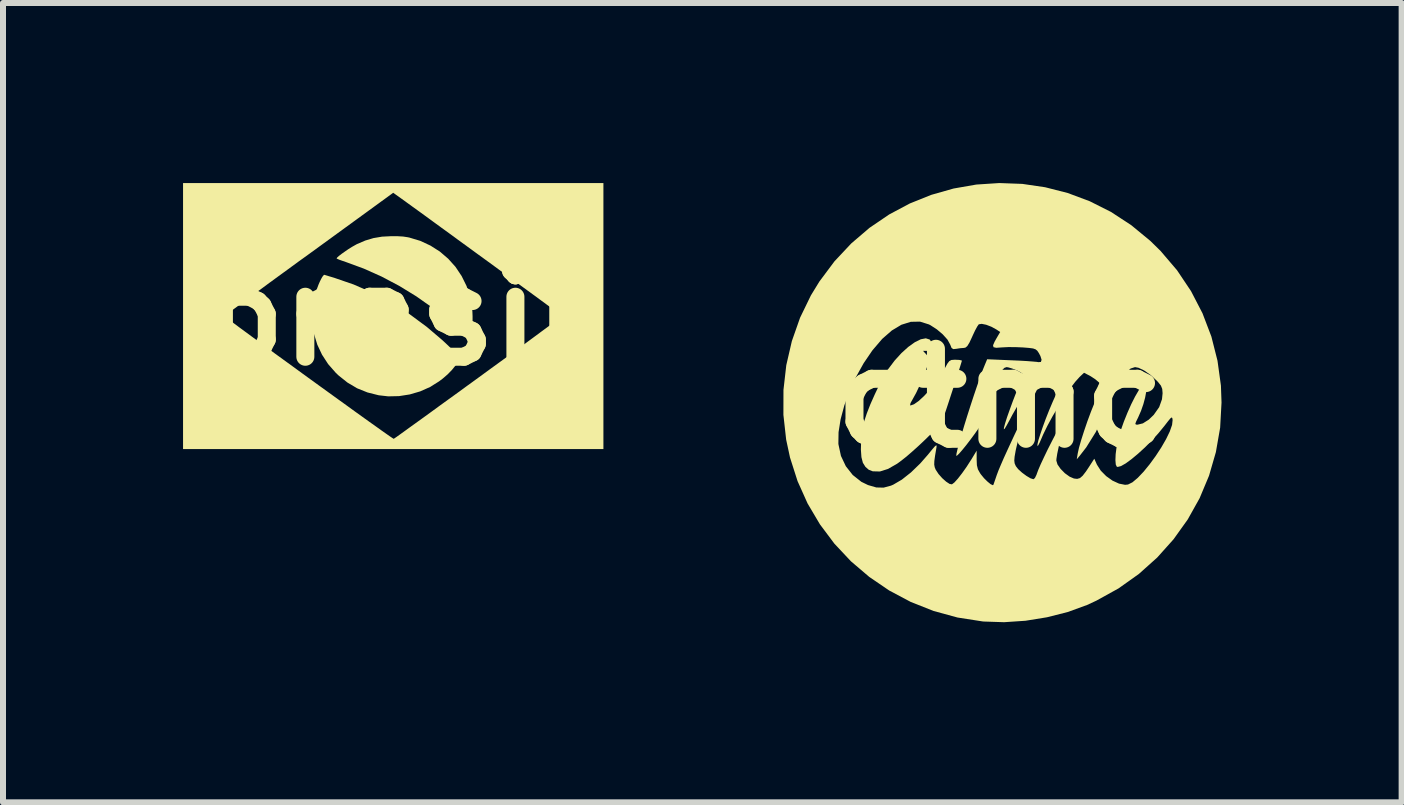
<source format=kicad_pcb>
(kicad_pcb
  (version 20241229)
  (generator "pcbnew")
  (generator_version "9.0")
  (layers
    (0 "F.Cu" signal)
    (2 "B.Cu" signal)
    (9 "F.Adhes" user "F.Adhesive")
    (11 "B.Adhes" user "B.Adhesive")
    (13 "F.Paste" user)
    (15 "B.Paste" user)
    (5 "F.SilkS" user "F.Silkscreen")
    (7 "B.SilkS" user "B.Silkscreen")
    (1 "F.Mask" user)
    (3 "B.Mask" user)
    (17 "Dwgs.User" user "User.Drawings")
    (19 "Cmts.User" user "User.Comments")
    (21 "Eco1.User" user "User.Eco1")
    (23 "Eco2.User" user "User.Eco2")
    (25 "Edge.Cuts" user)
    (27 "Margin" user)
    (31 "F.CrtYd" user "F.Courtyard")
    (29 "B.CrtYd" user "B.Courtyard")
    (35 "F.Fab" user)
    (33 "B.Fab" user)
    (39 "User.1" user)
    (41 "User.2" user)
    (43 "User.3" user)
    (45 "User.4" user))
  (footprint "brasil"
    (layer "F.Cu")
    (at 3.502 2.216)
    (property "Reference" "brasil" (at 0 0 0) (layer "F.SilkS") (effects (font (size 1.5 1.5) (thickness 0.3))))
    (attr board_only exclude_from_pos_files exclude_from_bom)
    (fp_poly (pts (xy -0.985 -0.638) (xy -0.66 -0.526) (xy -0.342 -0.387) (xy -0.033 -0.224) (xy 0.267 -0.035) (xy 0.557 0.179) (xy 0.813 0.397) (xy 0.875 0.454) (xy 0.938 0.514) (xy 0.995 0.57) (xy 1.038 0.616) (xy 1.044 0.623) (xy 1.124 0.713) (xy 1.047 0.813) (xy 0.978 0.898) (xy 0.907 0.971) (xy 0.826 1.041) (xy 0.764 1.088) (xy 0.614 1.182) (xy 0.45 1.255) (xy 0.276 1.306) (xy 0.097 1.334) (xy -0.083 1.338) (xy -0.242 1.32) (xy -0.429 1.273) (xy -0.603 1.203) (xy -0.763 1.108) (xy -0.912 0.989) (xy -0.958 0.945) (xy -1.085 0.8) (xy -1.187 0.643) (xy -1.265 0.477) (xy -1.319 0.302) (xy -1.347 0.122) (xy -1.351 -0.062) (xy -1.328 -0.248) (xy -1.279 -0.432) (xy -1.244 -0.526) (xy -1.221 -0.578) (xy -1.198 -0.624) (xy -1.18 -0.655) (xy -1.177 -0.659) (xy -1.153 -0.688)) (stroke (width 0) (type solid)) (fill yes) (layer "F.SilkS"))
    (fp_poly (pts (xy 0.077 -1.33) (xy 0.163 -1.325) (xy 0.236 -1.314) (xy 0.267 -1.308) (xy 0.45 -1.253) (xy 0.62 -1.174) (xy 0.776 -1.075) (xy 0.916 -0.955) (xy 1.038 -0.819) (xy 1.14 -0.666) (xy 1.222 -0.5) (xy 1.28 -0.321) (xy 1.313 -0.145) (xy 1.319 -0.073) (xy 1.322 0.002) (xy 1.322 0.068) (xy 1.32 0.088) (xy 1.314 0.144) (xy 1.305 0.206) (xy 1.294 0.267) (xy 1.283 0.322) (xy 1.272 0.365) (xy 1.264 0.39) (xy 1.26 0.395) (xy 1.247 0.385) (xy 1.22 0.359) (xy 1.182 0.322) (xy 1.142 0.283) (xy 0.91 0.067) (xy 0.656 -0.137) (xy 0.385 -0.328) (xy 0.101 -0.502) (xy -0.192 -0.657) (xy -0.489 -0.79) (xy -0.783 -0.898) (xy -0.844 -0.919) (xy -0.895 -0.937) (xy -0.93 -0.952) (xy -0.944 -0.96) (xy -0.944 -0.96) (xy -0.933 -0.976) (xy -0.903 -1.003) (xy -0.859 -1.037) (xy -0.805 -1.075) (xy -0.747 -1.115) (xy -0.688 -1.152) (xy -0.633 -1.183) (xy -0.606 -1.198) (xy -0.466 -1.258) (xy -0.329 -1.299) (xy -0.186 -1.323) (xy -0.028 -1.331) (xy -0.027 -1.331)) (stroke (width 0) (type solid)) (fill yes) (layer "F.SilkS"))
    (fp_poly (pts (xy 3.502 0) (xy 3.502 2.216) (xy 0 2.216) (xy -3.502 2.216) (xy -3.502 0.001) (xy -2.811 0.001) (xy -2.8 0.011) (xy -2.769 0.036) (xy -2.718 0.074) (xy -2.65 0.125) (xy -2.567 0.187) (xy -2.469 0.259) (xy -2.359 0.34) (xy -2.237 0.429) (xy -2.107 0.525) (xy -1.969 0.626) (xy -1.824 0.731) (xy -1.675 0.839) (xy -1.523 0.95) (xy -1.37 1.061) (xy -1.218 1.171) (xy -1.067 1.28) (xy -0.919 1.387) (xy -0.777 1.489) (xy -0.642 1.587) (xy -0.515 1.678) (xy -0.398 1.762) (xy -0.292 1.837) (xy -0.2 1.903) (xy -0.123 1.957) (xy -0.062 2) (xy -0.019 2.029) (xy 0.005 2.044) (xy 0.008 2.046) (xy 0.021 2.037) (xy 0.055 2.014) (xy 0.108 1.976) (xy 0.179 1.925) (xy 0.267 1.861) (xy 0.37 1.787) (xy 0.488 1.702) (xy 0.618 1.608) (xy 0.759 1.505) (xy 0.911 1.395) (xy 1.072 1.279) (xy 1.239 1.157) (xy 1.413 1.031) (xy 1.421 1.025) (xy 1.595 0.898) (xy 1.763 0.776) (xy 1.923 0.66) (xy 2.074 0.549) (xy 2.215 0.446) (xy 2.344 0.351) (xy 2.46 0.265) (xy 2.562 0.19) (xy 2.649 0.125) (xy 2.719 0.073) (xy 2.771 0.034) (xy 2.803 0.009) (xy 2.815 -0.001) (xy 2.815 -0.001) (xy 2.804 -0.01) (xy 2.772 -0.034) (xy 2.721 -0.071) (xy 2.654 -0.121) (xy 2.57 -0.182) (xy 2.472 -0.254) (xy 2.362 -0.335) (xy 2.241 -0.423) (xy 2.111 -0.518) (xy 1.973 -0.619) (xy 1.829 -0.724) (xy 1.681 -0.833) (xy 1.53 -0.943) (xy 1.377 -1.054) (xy 1.225 -1.165) (xy 1.075 -1.274) (xy 0.929 -1.381) (xy 0.788 -1.483) (xy 0.654 -1.581) (xy 0.528 -1.673) (xy 0.412 -1.757) (xy 0.308 -1.832) (xy 0.217 -1.898) (xy 0.141 -1.953) (xy 0.081 -1.996) (xy 0.044 -2.022) (xy -0.000106 -2.054) (xy -1.405 -1.032) (xy -1.58 -0.906) (xy -1.748 -0.783) (xy -1.909 -0.666) (xy -2.061 -0.555) (xy -2.202 -0.451) (xy -2.333 -0.356) (xy -2.45 -0.269) (xy -2.553 -0.193) (xy -2.641 -0.128) (xy -2.712 -0.075) (xy -2.765 -0.035) (xy -2.798 -0.01) (xy -2.811 0.001) (xy -2.811 0.001) (xy -3.502 0.001) (xy -3.502 0) (xy -3.502 -2.216) (xy 0 -2.216) (xy 3.502 -2.216)) (stroke (width 0) (type solid)) (fill yes) (layer "F.SilkS")))
  (footprint "ctmc"
    (layer "F.Cu")
    (at 13.616 3.583)
    (property "Reference" "ctmc" (at 0 0 0) (layer "F.SilkS") (effects (font (size 1.5 1.5) (thickness 0.3))))
    (attr board_only exclude_from_pos_files exclude_from_bom)
    (fp_poly (pts (xy -1.177 -0.976) (xy -1.17 -0.97) (xy -1.135 -0.909) (xy -1.136 -0.849) (xy -1.169 -0.803) (xy -1.224 -0.787) (xy -1.287 -0.787) (xy -1.232 -0.728) (xy -1.198 -0.685) (xy -1.189 -0.643) (xy -1.201 -0.58) (xy -1.204 -0.568) (xy -1.237 -0.467) (xy -1.286 -0.342) (xy -1.344 -0.208) (xy -1.402 -0.085) (xy -1.455 0.011) (xy -1.461 0.022) (xy -1.495 0.083) (xy -1.502 0.118) (xy -1.495 0.123) (xy -1.437 0.103) (xy -1.36 0.049) (xy -1.27 -0.034) (xy -1.175 -0.136) (xy -1.081 -0.252) (xy -0.996 -0.373) (xy -0.924 -0.494) (xy -0.922 -0.498) (xy -0.881 -0.574) (xy -0.849 -0.616) (xy -0.814 -0.635) (xy -0.764 -0.639) (xy -0.744 -0.639) (xy -0.68 -0.636) (xy -0.643 -0.627) (xy -0.639 -0.622) (xy -0.647 -0.595) (xy -0.667 -0.53) (xy -0.697 -0.434) (xy -0.734 -0.318) (xy -0.776 -0.188) (xy -0.82 -0.054) (xy -0.862 0.075) (xy -0.901 0.193) (xy -0.934 0.29) (xy -0.957 0.357) (xy -0.964 0.375) (xy -0.994 0.422) (xy -1.055 0.493) (xy -1.139 0.582) (xy -1.24 0.682) (xy -1.35 0.786) (xy -1.463 0.888) (xy -1.571 0.981) (xy -1.668 1.057) (xy -1.716 1.092) (xy -1.869 1.18) (xy -2.005 1.223) (xy -2.124 1.22) (xy -2.191 1.194) (xy -2.246 1.146) (xy -2.288 1.079) (xy -2.289 1.077) (xy -2.313 0.984) (xy -2.322 0.857) (xy -2.318 0.711) (xy -2.302 0.558) (xy -2.273 0.411) (xy -2.265 0.381) (xy -2.223 0.254) (xy -2.163 0.101) (xy -2.09 -0.063) (xy -2.013 -0.225) (xy -1.936 -0.369) (xy -1.868 -0.481) (xy -1.866 -0.484) (xy -1.759 -0.626) (xy -1.646 -0.75) (xy -1.532 -0.853) (xy -1.423 -0.931) (xy -1.324 -0.98) (xy -1.24 -0.996)) (stroke (width 0) (type solid)) (fill yes) (layer "F.SilkS"))
    (fp_poly (pts (xy 0.368 -3.569) (xy 0.749 -3.513) (xy 1.125 -3.417) (xy 1.491 -3.28) (xy 1.845 -3.102) (xy 2.183 -2.881) (xy 2.501 -2.619) (xy 2.672 -2.451) (xy 2.946 -2.13) (xy 3.179 -1.782) (xy 3.37 -1.413) (xy 3.518 -1.025) (xy 3.62 -0.622) (xy 3.677 -0.208) (xy 3.687 0.074) (xy 3.664 0.493) (xy 3.593 0.9) (xy 3.479 1.293) (xy 3.322 1.668) (xy 3.124 2.022) (xy 2.888 2.352) (xy 2.616 2.656) (xy 2.31 2.93) (xy 1.971 3.171) (xy 1.602 3.375) (xy 1.447 3.447) (xy 1.126 3.564) (xy 0.779 3.652) (xy 0.421 3.71) (xy 0.065 3.734) (xy -0.274 3.723) (xy -0.295 3.721) (xy -0.712 3.656) (xy -1.111 3.547) (xy -1.492 3.396) (xy -1.85 3.206) (xy -2.183 2.979) (xy -2.488 2.719) (xy -2.763 2.426) (xy -3.004 2.104) (xy -3.21 1.756) (xy -3.377 1.384) (xy -3.503 0.99) (xy -3.553 0.757) (xy -2.697 0.757) (xy -2.695 0.775) (xy -2.654 0.964) (xy -2.573 1.135) (xy -2.458 1.281) (xy -2.314 1.395) (xy -2.203 1.449) (xy -2.065 1.489) (xy -1.944 1.492) (xy -1.821 1.459) (xy -1.782 1.442) (xy -1.64 1.359) (xy -1.487 1.238) (xy -1.333 1.089) (xy -1.205 0.943) (xy -1.135 0.857) (xy -1.091 0.806) (xy -1.068 0.787) (xy -1.06 0.794) (xy -1.063 0.826) (xy -1.065 0.836) (xy -1.086 0.96) (xy -1.098 1.047) (xy -1.1 1.108) (xy -1.092 1.152) (xy -1.076 1.192) (xy -1.074 1.195) (xy -1.028 1.265) (xy -0.967 1.334) (xy -0.902 1.392) (xy -0.844 1.43) (xy -0.805 1.437) (xy -0.764 1.406) (xy -0.706 1.342) (xy -0.636 1.252) (xy -0.561 1.146) (xy -0.488 1.032) (xy -0.481 1.022) (xy -0.393 0.876) (xy -0.393 1.024) (xy -0.389 1.119) (xy -0.372 1.187) (xy -0.335 1.253) (xy -0.32 1.274) (xy -0.27 1.335) (xy -0.213 1.391) (xy -0.162 1.433) (xy -0.125 1.451) (xy -0.116 1.448) (xy -0.106 1.422) (xy -0.085 1.361) (xy -0.057 1.279) (xy -0.052 1.266) (xy -0.028 1.202) (xy 0.011 1.11) (xy 0.06 0.997) (xy 0.118 0.87) (xy 0.179 0.738) (xy 0.24 0.607) (xy 0.298 0.486) (xy 0.35 0.382) (xy 0.391 0.303) (xy 0.418 0.256) (xy 0.426 0.246) (xy 0.424 0.268) (xy 0.409 0.326) (xy 0.384 0.411) (xy 0.364 0.473) (xy 0.326 0.599) (xy 0.29 0.733) (xy 0.262 0.851) (xy 0.256 0.881) (xy 0.239 0.977) (xy 0.234 1.041) (xy 0.24 1.088) (xy 0.259 1.132) (xy 0.26 1.134) (xy 0.299 1.184) (xy 0.363 1.242) (xy 0.436 1.296) (xy 0.505 1.337) (xy 0.554 1.352) (xy 0.578 1.331) (xy 0.604 1.278) (xy 0.611 1.257) (xy 0.635 1.193) (xy 0.675 1.1) (xy 0.728 0.987) (xy 0.789 0.86) (xy 0.856 0.728) (xy 0.924 0.596) (xy 0.989 0.474) (xy 1.048 0.368) (xy 1.096 0.286) (xy 1.13 0.235) (xy 1.145 0.221) (xy 1.141 0.243) (xy 1.125 0.299) (xy 1.098 0.38) (xy 1.091 0.4) (xy 1.049 0.532) (xy 1.009 0.672) (xy 0.975 0.807) (xy 0.95 0.925) (xy 0.936 1.015) (xy 0.935 1.043) (xy 0.954 1.106) (xy 1.006 1.18) (xy 1.077 1.252) (xy 1.156 1.309) (xy 1.228 1.34) (xy 1.282 1.346) (xy 1.328 1.333) (xy 1.373 1.294) (xy 1.428 1.223) (xy 1.476 1.151) (xy 1.567 1.01) (xy 1.611 1.109) (xy 1.675 1.209) (xy 1.765 1.3) (xy 1.87 1.375) (xy 1.979 1.425) (xy 2.08 1.445) (xy 2.129 1.44) (xy 2.203 1.403) (xy 2.291 1.329) (xy 2.389 1.226) (xy 2.49 1.102) (xy 2.59 0.965) (xy 2.683 0.823) (xy 2.763 0.684) (xy 2.825 0.556) (xy 2.863 0.447) (xy 2.872 0.366) (xy 2.867 0.333) (xy 2.857 0.322) (xy 2.835 0.338) (xy 2.796 0.385) (xy 2.735 0.464) (xy 2.636 0.585) (xy 2.527 0.706) (xy 2.411 0.822) (xy 2.296 0.927) (xy 2.188 1.017) (xy 2.091 1.088) (xy 2.012 1.133) (xy 1.957 1.147) (xy 1.942 1.143) (xy 1.925 1.107) (xy 1.919 1.033) (xy 1.923 0.934) (xy 1.938 0.818) (xy 1.962 0.698) (xy 1.966 0.679) (xy 2.007 0.541) (xy 2.059 0.394) (xy 2.119 0.245) (xy 2.182 0.103) (xy 2.246 -0.024) (xy 2.307 -0.129) (xy 2.36 -0.203) (xy 2.401 -0.239) (xy 2.404 -0.24) (xy 2.428 -0.229) (xy 2.437 -0.181) (xy 2.432 -0.105) (xy 2.414 -0.008) (xy 2.385 0.1) (xy 2.346 0.212) (xy 2.3 0.317) (xy 2.296 0.326) (xy 2.263 0.393) (xy 2.251 0.428) (xy 2.26 0.441) (xy 2.288 0.443) (xy 2.377 0.421) (xy 2.475 0.359) (xy 2.557 0.28) (xy 2.648 0.151) (xy 2.695 0.019) (xy 2.705 -0.082) (xy 2.699 -0.153) (xy 2.677 -0.208) (xy 2.629 -0.268) (xy 2.607 -0.291) (xy 2.503 -0.387) (xy 2.398 -0.46) (xy 2.304 -0.505) (xy 2.246 -0.516) (xy 2.173 -0.493) (xy 2.093 -0.427) (xy 2.007 -0.323) (xy 1.92 -0.186) (xy 1.835 -0.021) (xy 1.755 0.167) (xy 1.709 0.296) (xy 1.595 0.561) (xy 1.433 0.821) (xy 1.326 0.959) (xy 1.275 1.02) (xy 1.291 0.922) (xy 1.312 0.827) (xy 1.349 0.698) (xy 1.397 0.548) (xy 1.452 0.387) (xy 1.511 0.228) (xy 1.569 0.083) (xy 1.589 0.038) (xy 1.696 -0.206) (xy 1.641 -0.265) (xy 1.582 -0.315) (xy 1.507 -0.364) (xy 1.491 -0.373) (xy 1.396 -0.422) (xy 1.322 -0.352) (xy 1.25 -0.272) (xy 1.162 -0.156) (xy 1.066 -0.016) (xy 0.968 0.141) (xy 0.872 0.303) (xy 0.786 0.461) (xy 0.716 0.605) (xy 0.688 0.67) (xy 0.657 0.742) (xy 0.632 0.789) (xy 0.621 0.801) (xy 0.62 0.77) (xy 0.636 0.701) (xy 0.667 0.603) (xy 0.708 0.482) (xy 0.758 0.346) (xy 0.814 0.204) (xy 0.874 0.062) (xy 0.917 -0.034) (xy 0.994 -0.204) (xy 0.891 -0.296) (xy 0.804 -0.366) (xy 0.739 -0.398) (xy 0.684 -0.396) (xy 0.63 -0.359) (xy 0.607 -0.337) (xy 0.544 -0.26) (xy 0.466 -0.15) (xy 0.378 -0.017) (xy 0.288 0.129) (xy 0.203 0.277) (xy 0.156 0.366) (xy 0.105 0.459) (xy 0.074 0.51) (xy 0.06 0.52) (xy 0.062 0.492) (xy 0.081 0.421) (xy 0.114 0.317) (xy 0.158 0.193) (xy 0.206 0.061) (xy 0.255 -0.066) (xy 0.301 -0.176) (xy 0.336 -0.253) (xy 0.366 -0.323) (xy 0.381 -0.378) (xy 0.379 -0.397) (xy 0.343 -0.427) (xy 0.278 -0.461) (xy 0.201 -0.492) (xy 0.132 -0.512) (xy 0.105 -0.516) (xy 0.068 -0.503) (xy 0.029 -0.463) (xy -0.013 -0.39) (xy -0.06 -0.281) (xy -0.114 -0.132) (xy -0.174 0.049) (xy -0.219 0.181) (xy -0.266 0.305) (xy -0.31 0.41) (xy -0.347 0.483) (xy -0.353 0.492) (xy -0.421 0.59) (xy -0.494 0.689) (xy -0.566 0.783) (xy -0.632 0.864) (xy -0.685 0.925) (xy -0.721 0.959) (xy -0.733 0.962) (xy -0.729 0.926) (xy -0.712 0.851) (xy -0.684 0.744) (xy -0.645 0.61) (xy -0.6 0.458) (xy -0.549 0.293) (xy -0.495 0.124) (xy -0.44 -0.044) (xy -0.386 -0.203) (xy -0.336 -0.346) (xy -0.292 -0.467) (xy -0.258 -0.551) (xy -0.218 -0.647) (xy 0.18 -0.63) (xy 0.319 -0.624) (xy 0.444 -0.617) (xy 0.545 -0.609) (xy 0.613 -0.603) (xy 0.633 -0.599) (xy 0.677 -0.602) (xy 0.689 -0.638) (xy 0.669 -0.702) (xy 0.642 -0.752) (xy 0.617 -0.789) (xy 0.589 -0.812) (xy 0.547 -0.827) (xy 0.478 -0.836) (xy 0.379 -0.844) (xy 0.259 -0.849) (xy 0.136 -0.85) (xy 0.035 -0.845) (xy 0.02 -0.844) (xy -0.067 -0.838) (xy -0.112 -0.848) (xy -0.12 -0.88) (xy -0.093 -0.942) (xy -0.062 -0.997) (xy -0.001 -1.101) (xy -0.064 -1.143) (xy -0.148 -1.189) (xy -0.234 -1.222) (xy -0.308 -1.237) (xy -0.355 -1.23) (xy -0.358 -1.229) (xy -0.382 -1.195) (xy -0.418 -1.129) (xy -0.459 -1.042) (xy -0.469 -1.019) (xy -0.513 -0.925) (xy -0.548 -0.868) (xy -0.578 -0.842) (xy -0.604 -0.836) (xy -0.668 -0.831) (xy -0.732 -0.821) (xy -0.782 -0.816) (xy -0.811 -0.835) (xy -0.833 -0.89) (xy -0.835 -0.894) (xy -0.879 -0.974) (xy -0.957 -1.061) (xy -1.056 -1.145) (xy -1.164 -1.215) (xy -1.19 -1.228) (xy -1.337 -1.274) (xy -1.49 -1.271) (xy -1.647 -1.222) (xy -1.807 -1.126) (xy -1.967 -0.986) (xy -2.126 -0.8) (xy -2.133 -0.791) (xy -2.276 -0.581) (xy -2.403 -0.353) (xy -2.511 -0.115) (xy -2.598 0.123) (xy -2.66 0.354) (xy -2.694 0.568) (xy -2.697 0.757) (xy -3.553 0.757) (xy -3.567 0.692) (xy -3.613 0.279) (xy -3.612 -0.136) (xy -3.565 -0.548) (xy -3.472 -0.95) (xy -3.335 -1.34) (xy -3.155 -1.711) (xy -3.013 -1.943) (xy -2.761 -2.28) (xy -2.481 -2.578) (xy -2.177 -2.838) (xy -1.85 -3.06) (xy -1.506 -3.243) (xy -1.147 -3.387) (xy -0.777 -3.492) (xy -0.398 -3.558) (xy -0.016 -3.583)) (stroke (width 0) (type solid)) (fill yes) (layer "F.SilkS")))
  (gr_rect
    (start -3 -3)
    (end 20.304 10.318)
    (stroke (width 0.1) (type default))
    (fill no)
    (layer "Edge.Cuts")))
</source>
